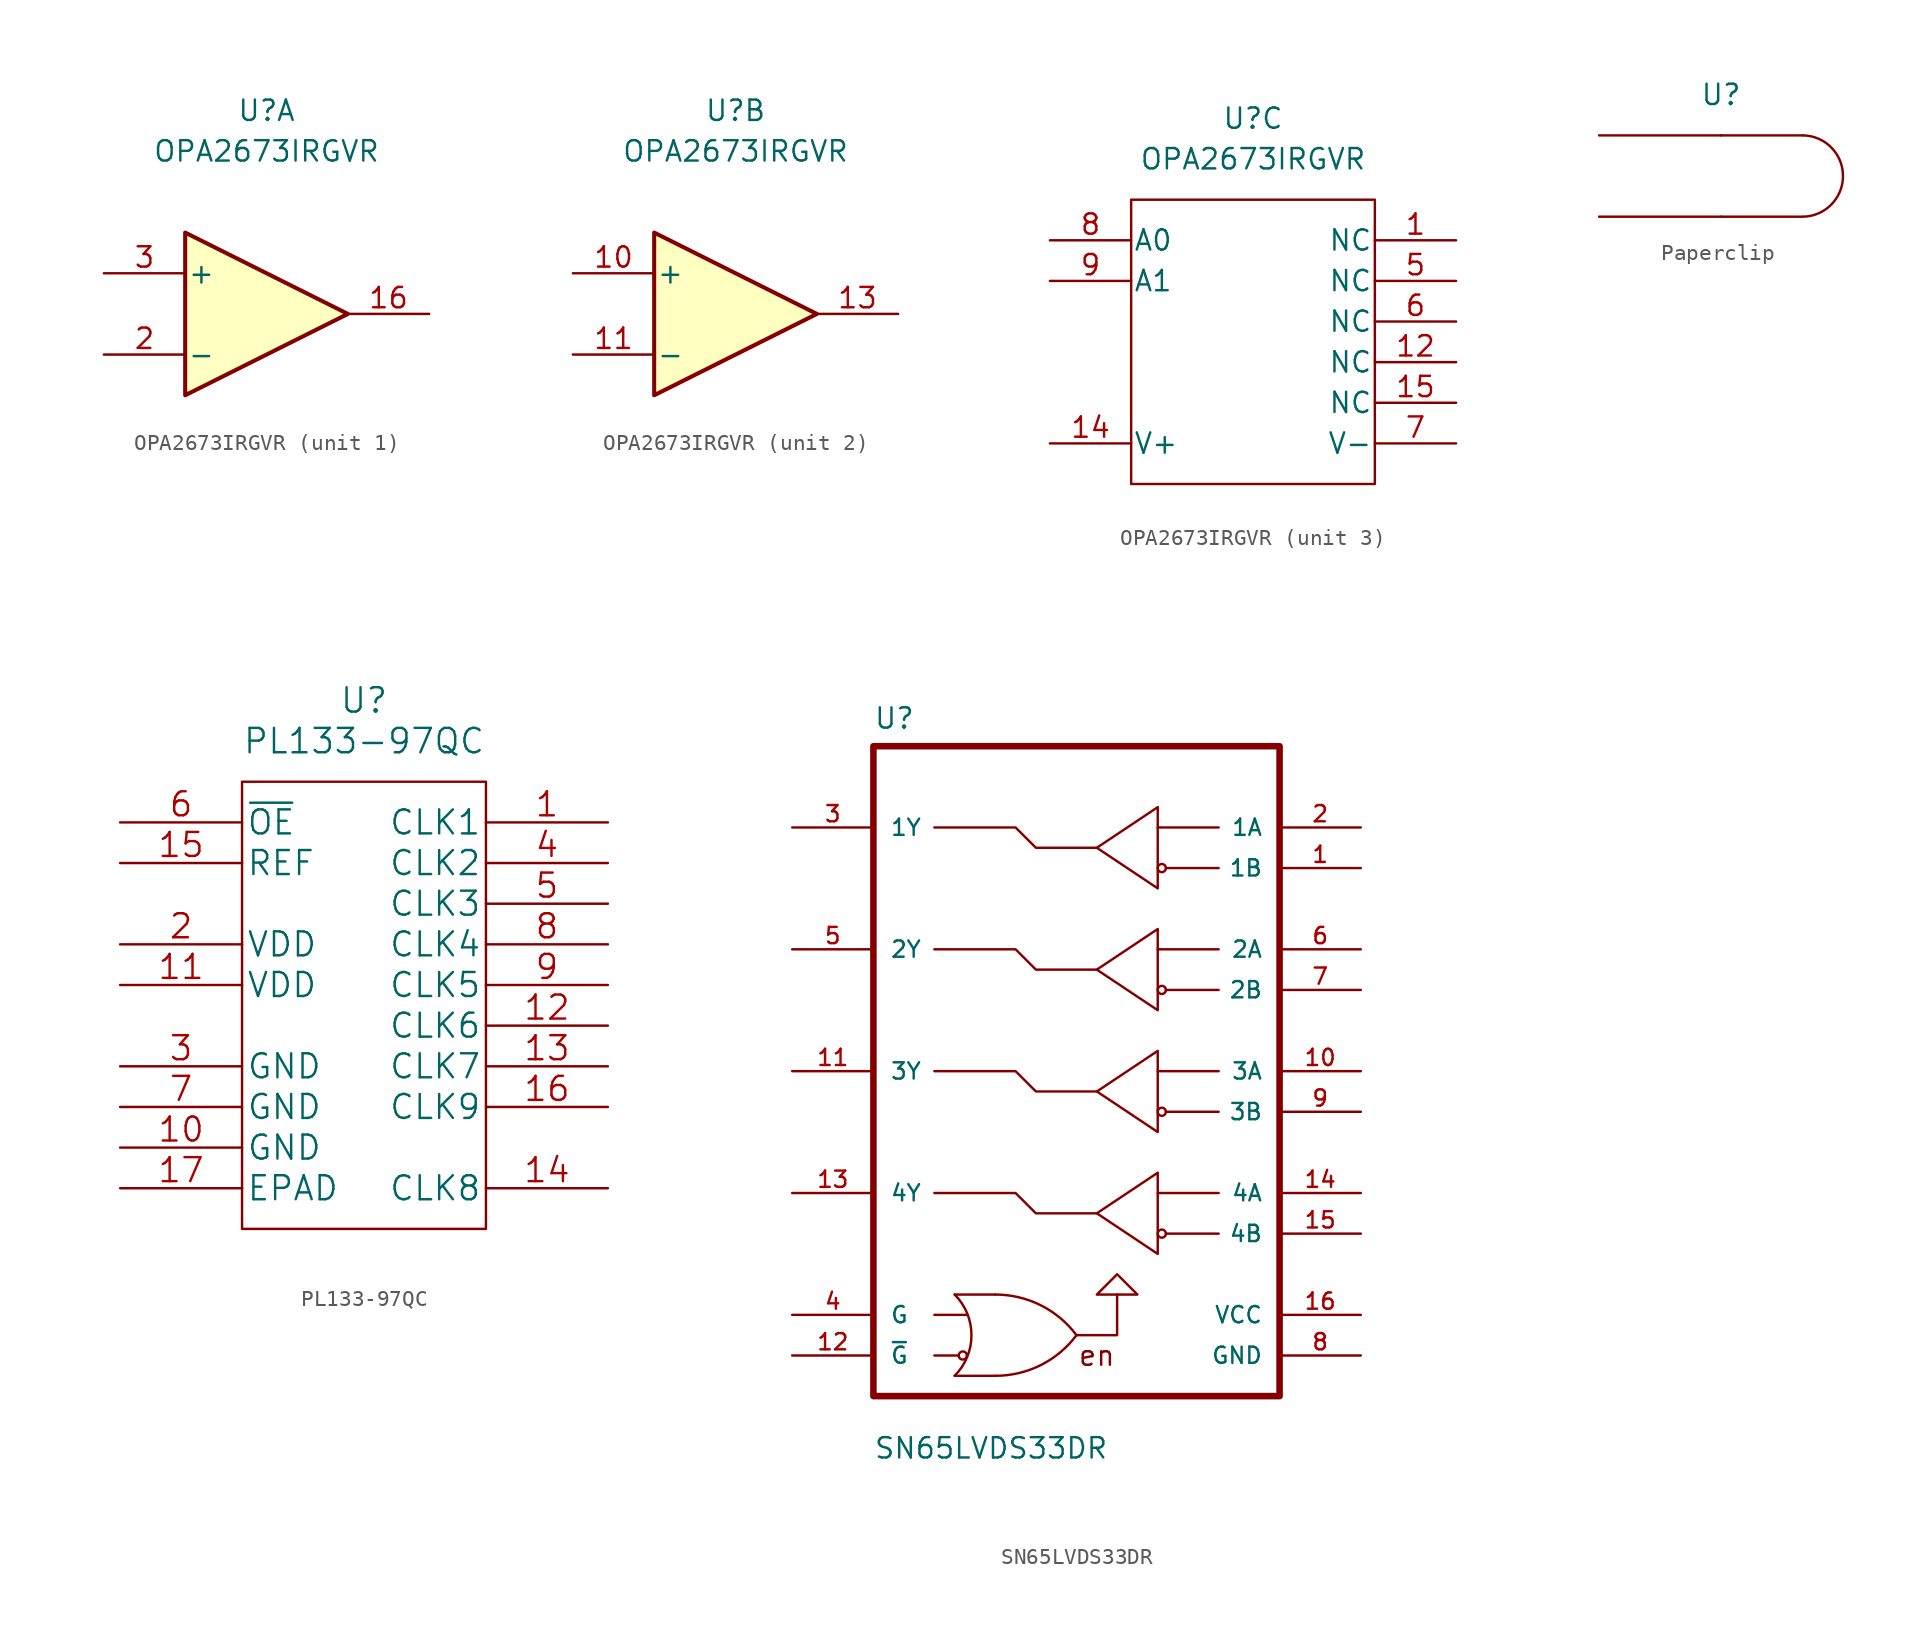
<source format=kicad_sym>
(kicad_symbol_lib
  (version 20220914)
  (generator kicad_symbol_editor)
  (symbol "OPA2673IRGVR"
    (pin_names
      (offset 0.127))
    (property "Reference" "U"
      (at 0 12.7 0)
      (effects (font (size 1.27 1.27))))
    (property "Value" "OPA2673IRGVR"
      (at 0 10.16 0)
      (effects (font (size 1.27 1.27))))
    (property "ki_locked" ""
      (at 0 0 0)
      (effects (font (size 1.27 1.27))))
    (symbol "OPA2673IRGVR_1_1"
      (polyline (pts (xy -5.08 5.08) (xy 5.08 0) (xy -5.08 -5.08) (xy -5.08 5.08)) (stroke (width 0.254) (type default)) (fill (type background)))
      (pin output line (at 10.16 0 180) (length 5.08) (name "~" (effects (font (size 1.27 1.27)))) (number "16" (effects (font (size 1.27 1.27)))))
      (pin input line (at -10.16 -2.54 0) (length 5.08) (name "-" (effects (font (size 1.27 1.27)))) (number "2" (effects (font (size 1.27 1.27)))))
      (pin input line (at -10.16 2.54 0) (length 5.08) (name "+" (effects (font (size 1.27 1.27)))) (number "3" (effects (font (size 1.27 1.27))))))
    (symbol "OPA2673IRGVR_2_1"
      (polyline (pts (xy -5.08 5.08) (xy 5.08 0) (xy -5.08 -5.08) (xy -5.08 5.08)) (stroke (width 0.254) (type default)) (fill (type background)))
      (pin input line (at -10.16 2.54 0) (length 5.08) (name "+" (effects (font (size 1.27 1.27)))) (number "10" (effects (font (size 1.27 1.27)))))
      (pin input line (at -10.16 -2.54 0) (length 5.08) (name "-" (effects (font (size 1.27 1.27)))) (number "11" (effects (font (size 1.27 1.27)))))
      (pin output line (at 10.16 0 180) (length 5.08) (name "~" (effects (font (size 1.27 1.27)))) (number "13" (effects (font (size 1.27 1.27))))))
    (symbol "OPA2673IRGVR_3_1"
      (rectangle (start -7.62 7.62) (end 7.62 -10.16) (stroke (width 0) (type default)) (fill (type none)))
      (pin passive line (at 12.7 5.08 180) (length 5.08) (name "NC" (effects (font (size 1.27 1.27)))) (number "1" (effects (font (size 1.27 1.27)))))
      (pin passive line (at 12.7 -2.54 180) (length 5.08) (name "NC" (effects (font (size 1.27 1.27)))) (number "12" (effects (font (size 1.27 1.27)))))
      (pin power_in line (at -12.7 -7.62 0) (length 5.08) (name "V+" (effects (font (size 1.27 1.27)))) (number "14" (effects (font (size 1.27 1.27)))))
      (pin passive line (at 12.7 -5.08 180) (length 5.08) (name "NC" (effects (font (size 1.27 1.27)))) (number "15" (effects (font (size 1.27 1.27)))))
      (pin passive line (at 12.7 2.54 180) (length 5.08) (name "NC" (effects (font (size 1.27 1.27)))) (number "5" (effects (font (size 1.27 1.27)))))
      (pin passive line (at 12.7 0 180) (length 5.08) (name "NC" (effects (font (size 1.27 1.27)))) (number "6" (effects (font (size 1.27 1.27)))))
      (pin power_in line (at 12.7 -7.62 180) (length 5.08) (name "V-" (effects (font (size 1.27 1.27)))) (number "7" (effects (font (size 1.27 1.27)))))
      (pin input line (at -12.7 5.08 0) (length 5.08) (name "A0" (effects (font (size 1.27 1.27)))) (number "8" (effects (font (size 1.27 1.27)))))
      (pin input line (at -12.7 2.54 0) (length 5.08) (name "A1" (effects (font (size 1.27 1.27)))) (number "9" (effects (font (size 1.27 1.27)))))))
  (symbol "Paperclip"
    (pin_numbers hide)
    (pin_names hide)
    (property "Reference" "U"
      (at 0 5.08 0)
      (effects (font (size 1.27 1.27))))
    (property "Value" ""
      (at 0 0 0)
      (effects (font (size 1.27 1.27))))
    (symbol "Paperclip_0_1"
      (polyline (pts (xy 0 -2.54) (xy 5.08 -2.54)) (stroke (width 0) (type default)) (fill (type none)))
      (polyline (pts (xy 0 2.54) (xy 5.08 2.54)) (stroke (width 0) (type default)) (fill (type none)))
      (arc (start 5.1119 -2.54) (mid 7.6202 0) (end 5.1119 2.54) (stroke (width 0) (type default)) (fill (type none))))
    (symbol "Paperclip_1_1"
      (pin passive line (at -7.62 -2.54 0) (length 7.62) (name "P" (effects (font (size 1.499 1.499)))) (number "1" (effects (font (size 1.499 1.499)))))
      (pin passive line (at -7.62 2.54 0) (length 7.62) (name "P" (effects (font (size 1.499 1.499)))) (number "1" (effects (font (size 1.499 1.499)))))))
  (symbol "PL133-97QC"
    (pin_names
      (offset 0.254))
    (property "Reference" "U"
      (at 0 20.32 0)
      (effects (font (size 1.524 1.524))))
    (property "Value" "PL133-97QC"
      (at 0 17.78 0)
      (effects (font (size 1.524 1.524))))
    (property "Datasheet" ""
      (at -15.24 12.7 0)
      (effects (font (size 1.524 1.524))))
    (symbol "PL133-97QC_1_1"
      (rectangle (start -7.62 15.24) (end 7.62 -12.7) (stroke (width 0) (type default)) (fill (type none)))
      (pin output line (at 15.24 12.7 180) (length 7.62) (name "CLK1" (effects (font (size 1.499 1.499)))) (number "1" (effects (font (size 1.499 1.499)))))
      (pin power_in line (at -15.24 -7.62 0) (length 7.62) (name "GND" (effects (font (size 1.499 1.499)))) (number "10" (effects (font (size 1.499 1.499)))))
      (pin power_in line (at -15.24 2.54 0) (length 7.62) (name "VDD" (effects (font (size 1.499 1.499)))) (number "11" (effects (font (size 1.499 1.499)))))
      (pin output line (at 15.24 0 180) (length 7.62) (name "CLK6" (effects (font (size 1.499 1.499)))) (number "12" (effects (font (size 1.499 1.499)))))
      (pin output line (at 15.24 -2.54 180) (length 7.62) (name "CLK7" (effects (font (size 1.499 1.499)))) (number "13" (effects (font (size 1.499 1.499)))))
      (pin output line (at 15.24 -10.16 180) (length 7.62) (name "CLK8" (effects (font (size 1.499 1.499)))) (number "14" (effects (font (size 1.499 1.499)))))
      (pin input line (at -15.24 10.16 0) (length 7.62) (name "REF" (effects (font (size 1.499 1.499)))) (number "15" (effects (font (size 1.499 1.499)))))
      (pin output line (at 15.24 -5.08 180) (length 7.62) (name "CLK9" (effects (font (size 1.499 1.499)))) (number "16" (effects (font (size 1.499 1.499)))))
      (pin unspecified line (at -15.24 -10.16 0) (length 7.62) (name "EPAD" (effects (font (size 1.499 1.499)))) (number "17" (effects (font (size 1.499 1.499)))))
      (pin power_in line (at -15.24 5.08 0) (length 7.62) (name "VDD" (effects (font (size 1.499 1.499)))) (number "2" (effects (font (size 1.499 1.499)))))
      (pin power_in line (at -15.24 -2.54 0) (length 7.62) (name "GND" (effects (font (size 1.499 1.499)))) (number "3" (effects (font (size 1.499 1.499)))))
      (pin output line (at 15.24 10.16 180) (length 7.62) (name "CLK2" (effects (font (size 1.499 1.499)))) (number "4" (effects (font (size 1.499 1.499)))))
      (pin output line (at 15.24 7.62 180) (length 7.62) (name "CLK3" (effects (font (size 1.499 1.499)))) (number "5" (effects (font (size 1.499 1.499)))))
      (pin input line (at -15.24 12.7 0) (length 7.62) (name "~{OE}" (effects (font (size 1.499 1.499)))) (number "6" (effects (font (size 1.499 1.499)))))
      (pin power_in line (at -15.24 -5.08 0) (length 7.62) (name "GND" (effects (font (size 1.499 1.499)))) (number "7" (effects (font (size 1.499 1.499)))))
      (pin output line (at 15.24 5.08 180) (length 7.62) (name "CLK4" (effects (font (size 1.499 1.499)))) (number "8" (effects (font (size 1.499 1.499)))))
      (pin output line (at 15.24 2.54 180) (length 7.62) (name "CLK5" (effects (font (size 1.499 1.499)))) (number "9" (effects (font (size 1.499 1.499)))))))
  (symbol "SN65LVDS33DR"
    (pin_names
      (offset 1.016))
    (property "Reference" "U"
      (at -12.7 21.32 0)
      (effects (font (size 1.27 1.27)) (justify left bottom)))
    (property "Value" "SN65LVDS33DR"
      (at -12.7 -24.32 0)
      (effects (font (size 1.27 1.27)) (justify left bottom)))
    (symbol "SN65LVDS33DR_0_0"
      (rectangle (start -12.7 20.32) (end 12.7 -20.32) (stroke (width 0.41) (type default)) (fill (type none)))
      (arc (start -7.62 -19.05) (mid -6.5679 -16.51) (end -7.62 -13.97) (stroke (width 0) (type default)) (fill (type none)))
      (arc (start -5.08 -19.05) (mid -2.2381 -18.3837) (end 0 -16.51) (stroke (width 0) (type default)) (fill (type none)))
      (arc (start 0 -16.51) (mid -2.2392 -14.6383) (end -5.08 -13.97) (stroke (width 0) (type default)) (fill (type none)))
      (polyline (pts (xy -8.89 -17.78) (xy -7.366 -17.78)) (stroke (width 0) (type default)) (fill (type none)))
      (polyline (pts (xy -8.89 -15.24) (xy -6.858 -15.24)) (stroke (width 0) (type default)) (fill (type none)))
      (polyline (pts (xy -7.62 -19.05) (xy -5.08 -19.05)) (stroke (width 0) (type default)) (fill (type none)))
      (polyline (pts (xy -7.62 -13.97) (xy -5.08 -13.97)) (stroke (width 0) (type default)) (fill (type none)))
      (polyline (pts (xy 0 -16.51) (xy 2.54 -16.51) (xy 2.54 -13.97)) (stroke (width 0) (type default)) (fill (type none)))
      (polyline (pts (xy 1.27 -13.97) (xy 2.54 -12.7) (xy 3.81 -13.97) (xy 1.27 -13.97)) (stroke (width 0) (type default)) (fill (type none)))
      (text "en" (at 1.27 -17.78 0) (effects (font (size 1.27 1.27))))
      (pin input line (at 17.78 12.7 180) (length 5.08) (name "1B" (effects (font (size 1.016 1.016)))) (number "1" (effects (font (size 1.016 1.016)))))
      (pin input line (at 17.78 0 180) (length 5.08) (name "3A" (effects (font (size 1.016 1.016)))) (number "10" (effects (font (size 1.016 1.016)))))
      (pin output line (at -17.78 0 0) (length 5.08) (name "3Y" (effects (font (size 1.016 1.016)))) (number "11" (effects (font (size 1.016 1.016)))))
      (pin input line (at -17.78 -17.78 0) (length 5.08) (name "~{G}" (effects (font (size 1.016 1.016)))) (number "12" (effects (font (size 1.016 1.016)))))
      (pin output line (at -17.78 -7.62 0) (length 5.08) (name "4Y" (effects (font (size 1.016 1.016)))) (number "13" (effects (font (size 1.016 1.016)))))
      (pin input line (at 17.78 -7.62 180) (length 5.08) (name "4A" (effects (font (size 1.016 1.016)))) (number "14" (effects (font (size 1.016 1.016)))))
      (pin input line (at 17.78 -10.16 180) (length 5.08) (name "4B" (effects (font (size 1.016 1.016)))) (number "15" (effects (font (size 1.016 1.016)))))
      (pin power_in line (at 17.78 -15.24 180) (length 5.08) (name "VCC" (effects (font (size 1.016 1.016)))) (number "16" (effects (font (size 1.016 1.016)))))
      (pin input line (at 17.78 15.24 180) (length 5.08) (name "1A" (effects (font (size 1.016 1.016)))) (number "2" (effects (font (size 1.016 1.016)))))
      (pin output line (at -17.78 15.24 0) (length 5.08) (name "1Y" (effects (font (size 1.016 1.016)))) (number "3" (effects (font (size 1.016 1.016)))))
      (pin input line (at -17.78 -15.24 0) (length 5.08) (name "G" (effects (font (size 1.016 1.016)))) (number "4" (effects (font (size 1.016 1.016)))))
      (pin output line (at -17.78 7.62 0) (length 5.08) (name "2Y" (effects (font (size 1.016 1.016)))) (number "5" (effects (font (size 1.016 1.016)))))
      (pin input line (at 17.78 7.62 180) (length 5.08) (name "2A" (effects (font (size 1.016 1.016)))) (number "6" (effects (font (size 1.016 1.016)))))
      (pin input line (at 17.78 5.08 180) (length 5.08) (name "2B" (effects (font (size 1.016 1.016)))) (number "7" (effects (font (size 1.016 1.016)))))
      (pin power_in line (at 17.78 -17.78 180) (length 5.08) (name "GND" (effects (font (size 1.016 1.016)))) (number "8" (effects (font (size 1.016 1.016)))))
      (pin input line (at 17.78 -2.54 180) (length 5.08) (name "3B" (effects (font (size 1.016 1.016)))) (number "9" (effects (font (size 1.016 1.016))))))
    (symbol "SN65LVDS33DR_0_1"
      (circle (center -7.112 -17.78) (radius 0.254) (stroke (width 0) (type default)) (fill (type none)))
      (polyline (pts (xy 5.08 -7.62) (xy 8.89 -7.62)) (stroke (width 0) (type default)) (fill (type none)))
      (polyline (pts (xy 5.08 0) (xy 8.89 0)) (stroke (width 0) (type default)) (fill (type none)))
      (polyline (pts (xy 5.08 7.62) (xy 8.89 7.62)) (stroke (width 0) (type default)) (fill (type none)))
      (polyline (pts (xy 5.08 15.24) (xy 8.89 15.24)) (stroke (width 0) (type default)) (fill (type none)))
      (polyline (pts (xy 5.588 -10.16) (xy 8.89 -10.16)) (stroke (width 0) (type default)) (fill (type none)))
      (polyline (pts (xy 5.588 -2.54) (xy 8.89 -2.54)) (stroke (width 0) (type default)) (fill (type none)))
      (polyline (pts (xy 5.588 5.08) (xy 8.89 5.08)) (stroke (width 0) (type default)) (fill (type none)))
      (polyline (pts (xy 5.588 12.7) (xy 8.89 12.7)) (stroke (width 0) (type default)) (fill (type none)))
      (polyline (pts (xy 1.27 -8.89) (xy -2.54 -8.89) (xy -3.81 -7.62) (xy -8.89 -7.62)) (stroke (width 0) (type default)) (fill (type none)))
      (polyline (pts (xy 1.27 -1.27) (xy -2.54 -1.27) (xy -3.81 0) (xy -8.89 0)) (stroke (width 0) (type default)) (fill (type none)))
      (polyline (pts (xy 1.27 6.35) (xy -2.54 6.35) (xy -3.81 7.62) (xy -8.89 7.62)) (stroke (width 0) (type default)) (fill (type none)))
      (polyline (pts (xy 1.27 13.97) (xy -2.54 13.97) (xy -3.81 15.24) (xy -8.89 15.24)) (stroke (width 0) (type default)) (fill (type none)))
      (polyline (pts (xy 5.08 -6.35) (xy 5.08 -11.43) (xy 1.27 -8.89) (xy 5.08 -6.35)) (stroke (width 0) (type default)) (fill (type none)))
      (polyline (pts (xy 5.08 1.27) (xy 5.08 -3.81) (xy 1.27 -1.27) (xy 5.08 1.27)) (stroke (width 0) (type default)) (fill (type none)))
      (polyline (pts (xy 5.08 8.89) (xy 5.08 3.81) (xy 1.27 6.35) (xy 5.08 8.89)) (stroke (width 0) (type default)) (fill (type none)))
      (polyline (pts (xy 5.08 16.51) (xy 5.08 11.43) (xy 1.27 13.97) (xy 5.08 16.51)) (stroke (width 0) (type default)) (fill (type none)))
      (circle (center 5.334 -10.16) (radius 0.254) (stroke (width 0) (type default)) (fill (type none)))
      (circle (center 5.334 -2.54) (radius 0.254) (stroke (width 0) (type default)) (fill (type none)))
      (circle (center 5.334 5.08) (radius 0.254) (stroke (width 0) (type default)) (fill (type none)))
      (circle (center 5.334 12.7) (radius 0.254) (stroke (width 0) (type default)) (fill (type none))))))
</source>
